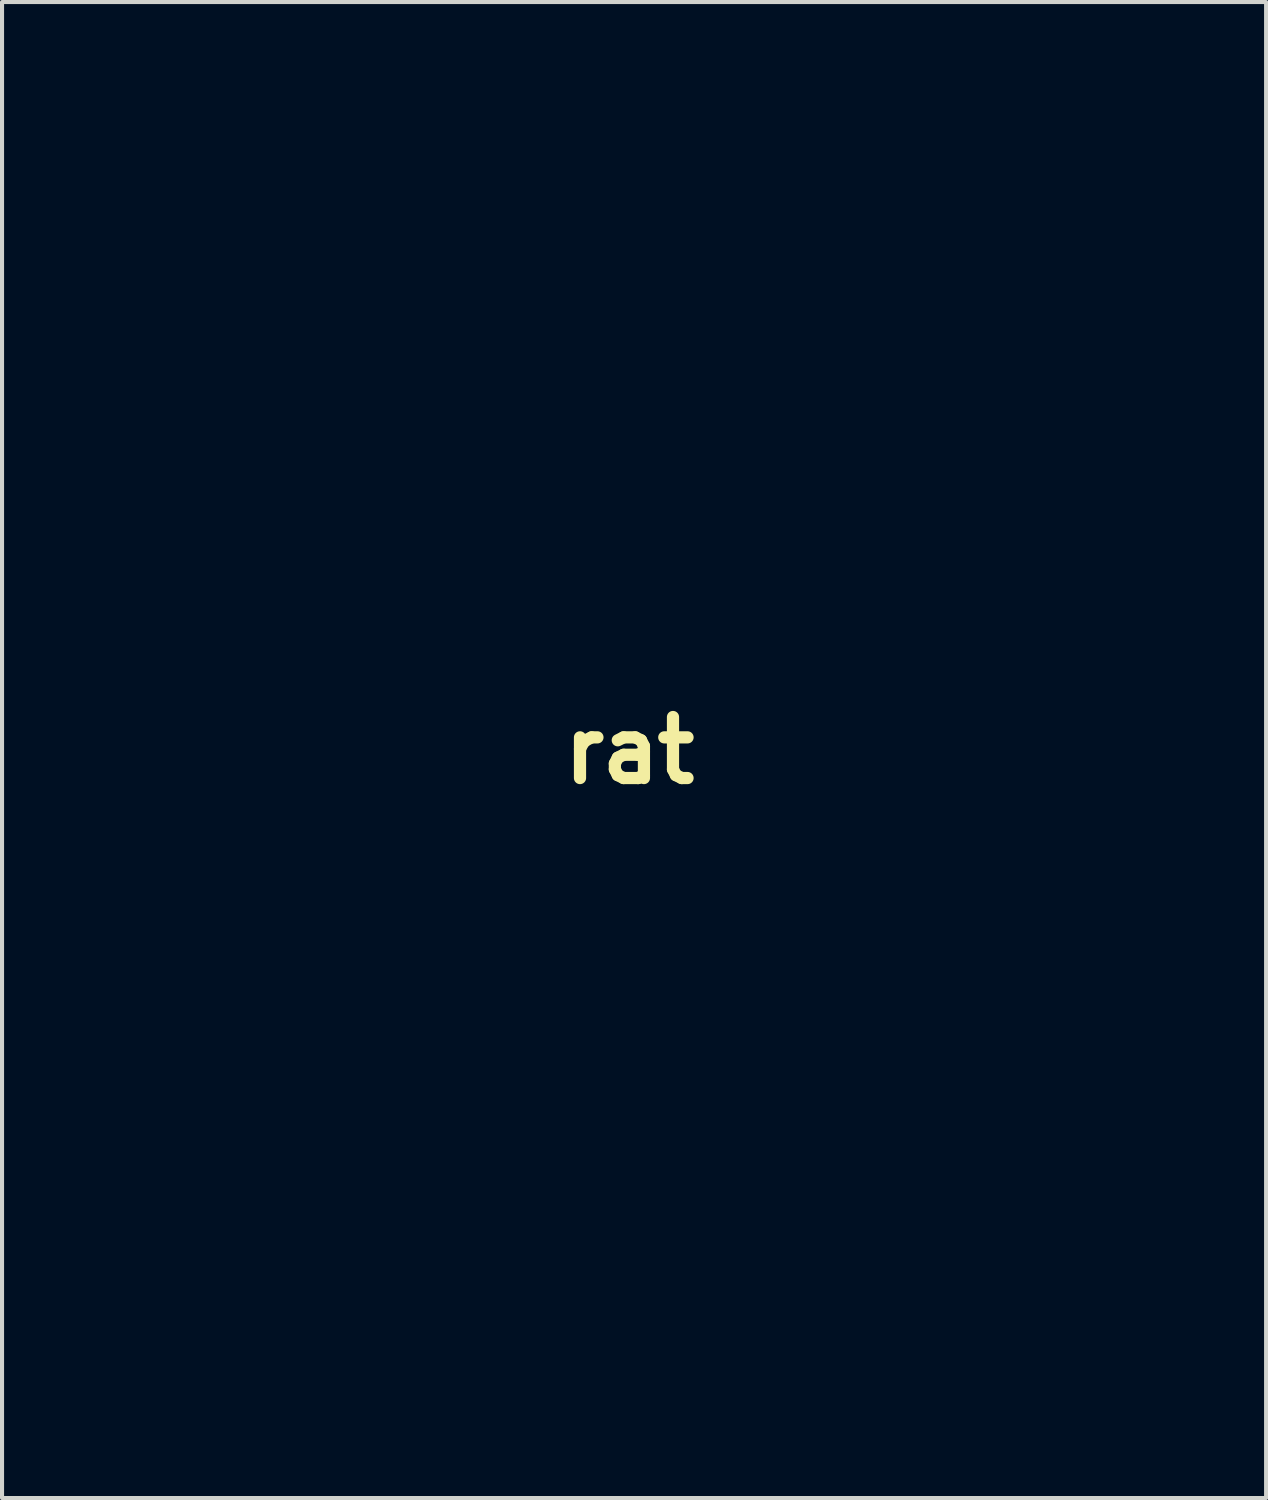
<source format=kicad_pcb>
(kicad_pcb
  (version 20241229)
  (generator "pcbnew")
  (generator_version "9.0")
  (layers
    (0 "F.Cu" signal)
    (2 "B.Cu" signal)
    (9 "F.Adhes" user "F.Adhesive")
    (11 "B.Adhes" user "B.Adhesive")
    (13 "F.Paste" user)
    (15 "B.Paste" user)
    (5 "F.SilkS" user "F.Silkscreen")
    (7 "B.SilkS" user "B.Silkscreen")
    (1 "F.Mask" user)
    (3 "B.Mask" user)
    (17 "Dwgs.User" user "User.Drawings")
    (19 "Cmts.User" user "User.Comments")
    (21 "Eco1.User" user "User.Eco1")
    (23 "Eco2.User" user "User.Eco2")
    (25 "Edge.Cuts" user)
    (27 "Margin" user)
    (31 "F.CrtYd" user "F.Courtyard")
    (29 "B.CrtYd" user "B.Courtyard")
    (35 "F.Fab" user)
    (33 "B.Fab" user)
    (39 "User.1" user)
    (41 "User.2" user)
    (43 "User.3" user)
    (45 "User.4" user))
  (footprint "rat"
    (layer "F.Cu")
    (at 12.42 15.395)
    (property "Reference" "rat" (at 0 0 0) (layer "F.SilkS") (effects (font (size 1.5 1.5) (thickness 0.3))))
    (attr board_only exclude_from_pos_files exclude_from_bom)
    (fp_poly (pts (xy 12.534 -15.173) (xy 12.63 -14.591) (xy 12.649 -14.346) (xy 12.554 -13.338) (xy 12.199 -12.124) (xy 11.663 -10.906) (xy 11.024 -9.884) (xy 10.831 -9.654) (xy 10.058 -8.457) (xy 9.51 -6.802) (xy 9.183 -4.677) (xy 9.142 -4.162) (xy 8.963 -1.577) (xy 10.051 -0.532) (xy 10.667 0.101) (xy 10.937 0.529) (xy 10.929 0.881) (xy 10.857 1.041) (xy 10.506 1.354) (xy 10.079 1.405) (xy 9.807 1.185) (xy 9.79 1.072) (xy 9.551 0.785) (xy 8.942 0.521) (xy 8.117 0.33) (xy 7.305 0.265) (xy 6.583 0.297) (xy 6.198 0.488) (xy 5.959 0.979) (xy 5.847 1.34) (xy 5.584 2.036) (xy 5.139 3.038) (xy 4.583 4.187) (xy 4.218 4.899) (xy 3.679 5.943) (xy 3.249 6.819) (xy 2.978 7.419) (xy 2.91 7.622) (xy 3.153 7.755) (xy 3.795 7.888) (xy 4.707 7.996) (xy 4.886 8.011) (xy 5.88 8.105) (xy 6.675 8.215) (xy 7.116 8.32) (xy 7.139 8.332) (xy 7.363 8.599) (xy 7.068 8.799) (xy 6.261 8.93) (xy 4.946 8.991) (xy 4.35 8.996) (xy 2.937 9.021) (xy 2.033 9.1) (xy 1.619 9.232) (xy 1.587 9.295) (xy 1.373 9.469) (xy 0.708 9.444) (xy 0.463 9.407) (xy -0.313 9.297) (xy -1.423 9.163) (xy -2.673 9.027) (xy -3.175 8.977) (xy -4.424 8.851) (xy -5.608 8.722) (xy -6.535 8.61) (xy -6.796 8.575) (xy -8.068 8.572) (xy -9.247 8.891) (xy -10.144 9.48) (xy -10.199 9.538) (xy -10.606 10.346) (xy -10.608 11.275) (xy -10.212 12.115) (xy -10.089 12.252) (xy -9.312 12.664) (xy -8.089 12.796) (xy -6.426 12.65) (xy -4.326 12.224) (xy -2.702 11.79) (xy -0.518 11.19) (xy 1.278 10.766) (xy 2.788 10.504) (xy 4.117 10.387) (xy 5.367 10.398) (xy 5.929 10.44) (xy 7.568 10.733) (xy 8.812 11.253) (xy 9.629 11.974) (xy 9.989 12.872) (xy 9.93 13.689) (xy 9.48 14.538) (xy 8.715 15.122) (xy 7.795 15.374) (xy 6.878 15.226) (xy 6.628 15.095) (xy 6.539 14.93) (xy 6.922 14.818) (xy 7.42 14.768) (xy 8.214 14.653) (xy 8.671 14.389) (xy 8.93 13.983) (xy 9.146 13.147) (xy 8.9 12.5) (xy 8.181 12.038) (xy 6.98 11.755) (xy 5.288 11.645) (xy 4.974 11.643) (xy 3.844 11.662) (xy 2.918 11.739) (xy 2.029 11.908) (xy 1.007 12.202) (xy -0.314 12.653) (xy -0.529 12.73) (xy -2.687 13.48) (xy -4.432 14.039) (xy -5.839 14.422) (xy -6.982 14.646) (xy -7.935 14.726) (xy -8.772 14.678) (xy -9.217 14.602) (xy -10.604 14.164) (xy -11.552 13.487) (xy -12.123 12.501) (xy -12.377 11.136) (xy -12.384 11.041) (xy -12.42 10.08) (xy -12.345 9.45) (xy -12.113 8.954) (xy -11.77 8.51) (xy -10.857 7.636) (xy -9.792 7.078) (xy -8.412 6.757) (xy -8.085 6.715) (xy -7.257 6.591) (xy -6.672 6.455) (xy -6.493 6.367) (xy -6.532 6.047) (xy -6.752 5.424) (xy -6.929 5.015) (xy -7.453 3.331) (xy -7.624 1.459) (xy -7.435 -0.393) (xy -7.137 -1.427) (xy -6.329 -2.932) (xy -5.091 -4.423) (xy -3.515 -5.824) (xy -1.697 -7.056) (xy 0.271 -8.043) (xy 1.385 -8.454) (xy 2.058 -8.804) (xy 2.81 -9.391) (xy 3.511 -10.086) (xy 4.029 -10.757) (xy 4.233 -11.275) (xy 4.233 -11.277) (xy 4.107 -11.705) (xy 3.792 -12.353) (xy 3.687 -12.538) (xy 3.347 -13.233) (xy 3.32 -13.733) (xy 3.432 -14.008) (xy 3.927 -14.458) (xy 4.61 -14.502) (xy 5.317 -14.131) (xy 5.345 -14.107) (xy 5.735 -13.819) (xy 6.009 -13.933) (xy 6.226 -14.219) (xy 6.762 -14.684) (xy 7.652 -15.001) (xy 8.963 -15.19) (xy 9.79 -15.242) (xy 10.744 -15.294) (xy 11.578 -15.358) (xy 11.906 -15.392) (xy 12.325 -15.395)) (stroke (width 0) (type solid)) (fill yes) (layer "F.Mask")))
  (gr_rect
    (start -3 -3)
    (end 28.069 33.769)
    (stroke (width 0.1) (type default))
    (fill no)
    (layer "Edge.Cuts")))
</source>
